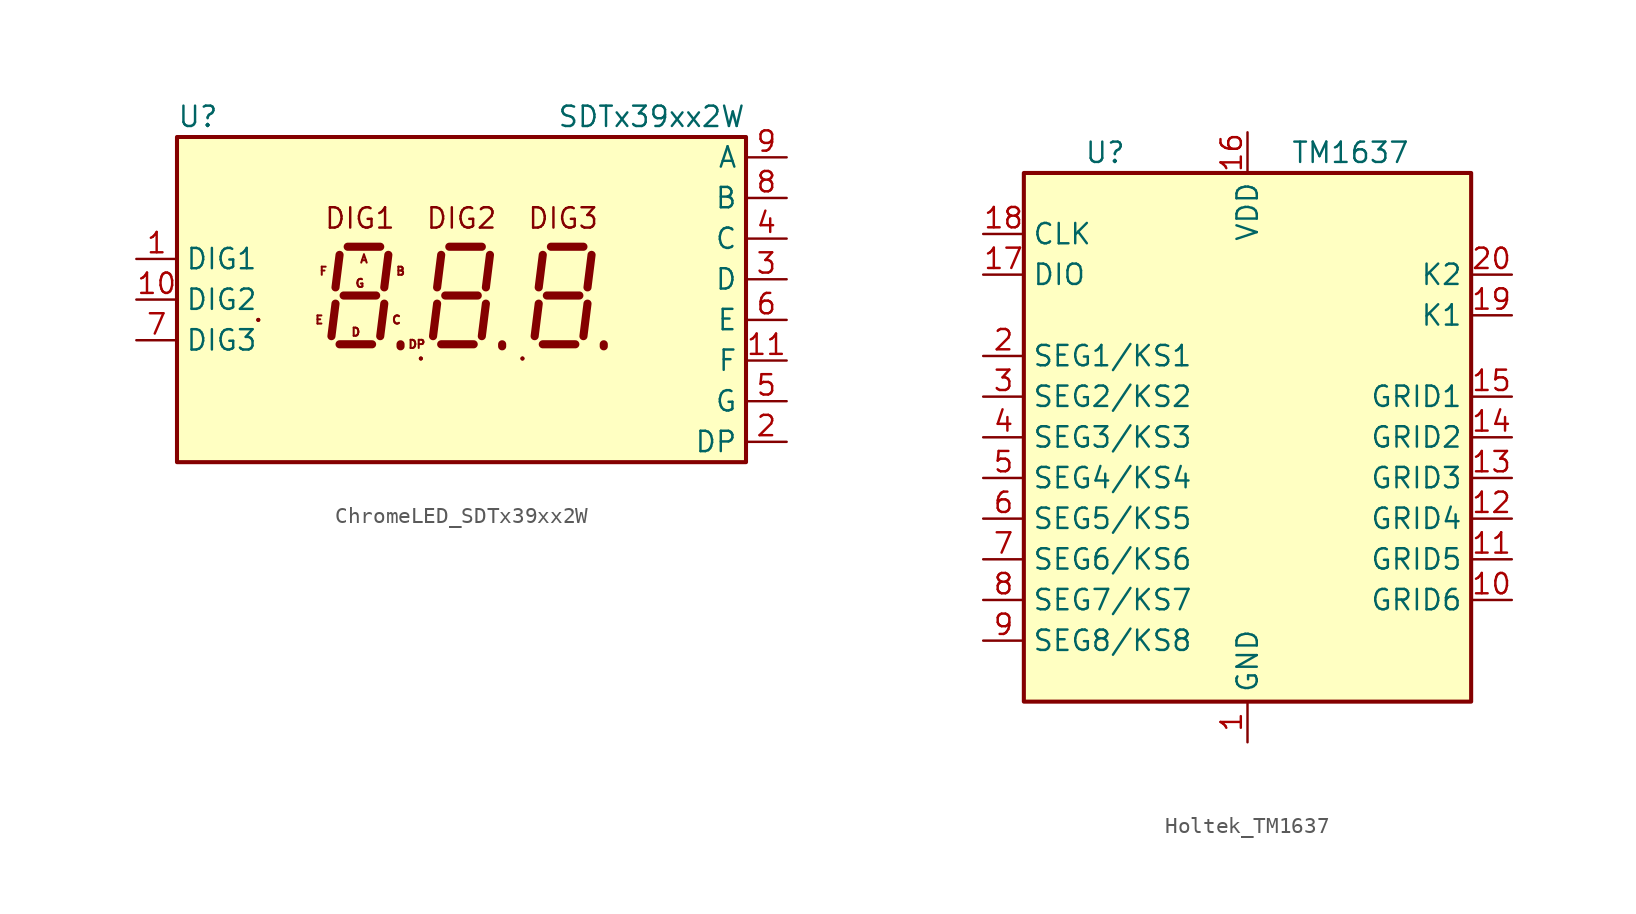
<source format=kicad_sym>
(kicad_symbol_lib
  (version 20220914)
  (generator kicad_symbol_editor)
  (symbol "ChromeLED_SDTx39xx2W"
    (property "Reference" "U"
      (at -17.78 11.43 0)
      (effects (font (size 1.27 1.27)) (justify left)))
    (property "Value" "SDTx39xx2W"
      (at 17.78 11.43 0)
      (effects (font (size 1.27 1.27)) (justify right)))
    (symbol "ChromeLED_SDTx39xx2W_0_1"
      (rectangle (start -17.78 10.16) (end 17.78 -10.16) (stroke (width 0.254) (type default)) (fill (type background)))
      (rectangle (start -12.7 -1.27) (end -12.7 -1.27) (stroke (width 0.254) (type default)) (fill (type none)))
      (rectangle (start -2.54 -3.683) (end -2.54 -3.683) (stroke (width 0.254) (type default)) (fill (type none)))
      (polyline (pts (xy -12.7 -1.27) (xy -12.7 -1.27)) (stroke (width 0.254) (type default)) (fill (type none)))
      (polyline (pts (xy -2.54 -3.683) (xy -2.54 -3.683)) (stroke (width 0.254) (type default)) (fill (type none)))
      (polyline (pts (xy 3.81 -3.683) (xy 3.81 -3.683)) (stroke (width 0.254) (type default)) (fill (type none)))
      (rectangle (start 3.81 -3.683) (end 3.81 -3.683) (stroke (width 0.254) (type default)) (fill (type none))))
    (symbol "ChromeLED_SDTx39xx2W_1_0"
      (text "A" (at -6.096 2.54 0) (effects (font (size 0.508 0.508))))
      (text "B" (at -3.81 1.778 0) (effects (font (size 0.508 0.508))))
      (text "C" (at -4.064 -1.27 0) (effects (font (size 0.508 0.508))))
      (text "D" (at -6.604 -2.032 0) (effects (font (size 0.508 0.508))))
      (text "DIG1" (at -6.35 5.08 0) (effects (font (size 1.27 1.27))))
      (text "DIG2" (at 0 5.08 0) (effects (font (size 1.27 1.27))))
      (text "DIG3" (at 6.35 5.08 0) (effects (font (size 1.27 1.27))))
      (text "DP" (at -2.794 -2.794 0) (effects (font (size 0.508 0.508))))
      (text "E" (at -8.89 -1.27 0) (effects (font (size 0.508 0.508))))
      (text "F" (at -8.636 1.778 0) (effects (font (size 0.508 0.508))))
      (text "G" (at -6.35 1.016 0) (effects (font (size 0.508 0.508)))))
    (symbol "ChromeLED_SDTx39xx2W_1_1"
      (polyline (pts (xy -7.874 -0.254) (xy -8.128 -2.286)) (stroke (width 0.508) (type default)) (fill (type none)))
      (polyline (pts (xy -7.62 -2.794) (xy -5.588 -2.794)) (stroke (width 0.508) (type default)) (fill (type none)))
      (polyline (pts (xy -7.62 2.794) (xy -7.874 0.762)) (stroke (width 0.508) (type default)) (fill (type none)))
      (polyline (pts (xy -7.366 0.254) (xy -5.334 0.254)) (stroke (width 0.508) (type default)) (fill (type none)))
      (polyline (pts (xy -7.112 3.302) (xy -5.08 3.302)) (stroke (width 0.508) (type default)) (fill (type none)))
      (polyline (pts (xy -4.826 -0.254) (xy -5.08 -2.286)) (stroke (width 0.508) (type default)) (fill (type none)))
      (polyline (pts (xy -4.572 2.794) (xy -4.826 0.762)) (stroke (width 0.508) (type default)) (fill (type none)))
      (polyline (pts (xy -3.81 -2.921) (xy -3.81 -2.794)) (stroke (width 0.508) (type default)) (fill (type none)))
      (polyline (pts (xy -1.524 -0.254) (xy -1.778 -2.286)) (stroke (width 0.508) (type default)) (fill (type none)))
      (polyline (pts (xy -1.27 -2.794) (xy 0.762 -2.794)) (stroke (width 0.508) (type default)) (fill (type none)))
      (polyline (pts (xy -1.27 2.794) (xy -1.524 0.762)) (stroke (width 0.508) (type default)) (fill (type none)))
      (polyline (pts (xy -1.016 0.254) (xy 1.016 0.254)) (stroke (width 0.508) (type default)) (fill (type none)))
      (polyline (pts (xy -0.762 3.302) (xy 1.27 3.302)) (stroke (width 0.508) (type default)) (fill (type none)))
      (polyline (pts (xy 1.524 -0.254) (xy 1.27 -2.286)) (stroke (width 0.508) (type default)) (fill (type none)))
      (polyline (pts (xy 1.778 2.794) (xy 1.524 0.762)) (stroke (width 0.508) (type default)) (fill (type none)))
      (polyline (pts (xy 2.54 -2.921) (xy 2.54 -2.794)) (stroke (width 0.508) (type default)) (fill (type none)))
      (polyline (pts (xy 4.826 -0.254) (xy 4.572 -2.286)) (stroke (width 0.508) (type default)) (fill (type none)))
      (polyline (pts (xy 5.08 -2.794) (xy 7.112 -2.794)) (stroke (width 0.508) (type default)) (fill (type none)))
      (polyline (pts (xy 5.08 2.794) (xy 4.826 0.762)) (stroke (width 0.508) (type default)) (fill (type none)))
      (polyline (pts (xy 5.334 0.254) (xy 7.366 0.254)) (stroke (width 0.508) (type default)) (fill (type none)))
      (polyline (pts (xy 5.588 3.302) (xy 7.62 3.302)) (stroke (width 0.508) (type default)) (fill (type none)))
      (polyline (pts (xy 7.874 -0.254) (xy 7.62 -2.286)) (stroke (width 0.508) (type default)) (fill (type none)))
      (polyline (pts (xy 8.128 2.794) (xy 7.874 0.762)) (stroke (width 0.508) (type default)) (fill (type none)))
      (polyline (pts (xy 8.89 -2.921) (xy 8.89 -2.794)) (stroke (width 0.508) (type default)) (fill (type none)))
      (pin input line (at -20.32 2.54 0) (length 2.54) (name "DIG1" (effects (font (size 1.27 1.27)))) (number "1" (effects (font (size 1.27 1.27)))))
      (pin input line (at -20.32 0 0) (length 2.54) (name "DIG2" (effects (font (size 1.27 1.27)))) (number "10" (effects (font (size 1.27 1.27)))))
      (pin input line (at 20.32 -3.81 180) (length 2.54) (name "F" (effects (font (size 1.27 1.27)))) (number "11" (effects (font (size 1.27 1.27)))))
      (pin input line (at 20.32 -8.89 180) (length 2.54) (name "DP" (effects (font (size 1.27 1.27)))) (number "2" (effects (font (size 1.27 1.27)))))
      (pin input line (at 20.32 1.27 180) (length 2.54) (name "D" (effects (font (size 1.27 1.27)))) (number "3" (effects (font (size 1.27 1.27)))))
      (pin input line (at 20.32 3.81 180) (length 2.54) (name "C" (effects (font (size 1.27 1.27)))) (number "4" (effects (font (size 1.27 1.27)))))
      (pin input line (at 20.32 -6.35 180) (length 2.54) (name "G" (effects (font (size 1.27 1.27)))) (number "5" (effects (font (size 1.27 1.27)))))
      (pin input line (at 20.32 -1.27 180) (length 2.54) (name "E" (effects (font (size 1.27 1.27)))) (number "6" (effects (font (size 1.27 1.27)))))
      (pin input line (at -20.32 -2.54 0) (length 2.54) (name "DIG3" (effects (font (size 1.27 1.27)))) (number "7" (effects (font (size 1.27 1.27)))))
      (pin input line (at 20.32 6.35 180) (length 2.54) (name "B" (effects (font (size 1.27 1.27)))) (number "8" (effects (font (size 1.27 1.27)))))
      (pin input line (at 20.32 8.89 180) (length 2.54) (name "A" (effects (font (size 1.27 1.27)))) (number "9" (effects (font (size 1.27 1.27)))))))
  (symbol "Holtek_TM1637"
    (property "Reference" "U"
      (at -8.89 17.78 0)
      (effects (font (size 1.27 1.27))))
    (property "Value" "TM1637"
      (at 10.16 17.78 0)
      (effects (font (size 1.27 1.27)) (justify right)))
    (symbol "Holtek_TM1637_0_1"
      (rectangle (start -13.97 16.51) (end 13.97 -16.51) (stroke (width 0.254) (type default)) (fill (type background))))
    (symbol "Holtek_TM1637_1_1"
      (pin power_in line (at 0 -19.05 90) (length 2.54) (name "GND" (effects (font (size 1.27 1.27)))) (number "1" (effects (font (size 1.27 1.27)))))
      (pin output line (at 16.51 -10.16 180) (length 2.54) (name "GRID6" (effects (font (size 1.27 1.27)))) (number "10" (effects (font (size 1.27 1.27)))))
      (pin output line (at 16.51 -7.62 180) (length 2.54) (name "GRID5" (effects (font (size 1.27 1.27)))) (number "11" (effects (font (size 1.27 1.27)))))
      (pin output line (at 16.51 -5.08 180) (length 2.54) (name "GRID4" (effects (font (size 1.27 1.27)))) (number "12" (effects (font (size 1.27 1.27)))))
      (pin output line (at 16.51 -2.54 180) (length 2.54) (name "GRID3" (effects (font (size 1.27 1.27)))) (number "13" (effects (font (size 1.27 1.27)))))
      (pin output line (at 16.51 0 180) (length 2.54) (name "GRID2" (effects (font (size 1.27 1.27)))) (number "14" (effects (font (size 1.27 1.27)))))
      (pin output line (at 16.51 2.54 180) (length 2.54) (name "GRID1" (effects (font (size 1.27 1.27)))) (number "15" (effects (font (size 1.27 1.27)))))
      (pin power_in line (at 0 19.05 270) (length 2.54) (name "VDD" (effects (font (size 1.27 1.27)))) (number "16" (effects (font (size 1.27 1.27)))))
      (pin bidirectional line (at -16.51 10.16 0) (length 2.54) (name "DIO" (effects (font (size 1.27 1.27)))) (number "17" (effects (font (size 1.27 1.27)))))
      (pin input line (at -16.51 12.7 0) (length 2.54) (name "CLK" (effects (font (size 1.27 1.27)))) (number "18" (effects (font (size 1.27 1.27)))))
      (pin input line (at 16.51 7.62 180) (length 2.54) (name "K1" (effects (font (size 1.27 1.27)))) (number "19" (effects (font (size 1.27 1.27)))))
      (pin output line (at -16.51 5.08 0) (length 2.54) (name "SEG1/KS1" (effects (font (size 1.27 1.27)))) (number "2" (effects (font (size 1.27 1.27)))))
      (pin input line (at 16.51 10.16 180) (length 2.54) (name "K2" (effects (font (size 1.27 1.27)))) (number "20" (effects (font (size 1.27 1.27)))))
      (pin output line (at -16.51 2.54 0) (length 2.54) (name "SEG2/KS2" (effects (font (size 1.27 1.27)))) (number "3" (effects (font (size 1.27 1.27)))))
      (pin output line (at -16.51 0 0) (length 2.54) (name "SEG3/KS3" (effects (font (size 1.27 1.27)))) (number "4" (effects (font (size 1.27 1.27)))))
      (pin output line (at -16.51 -2.54 0) (length 2.54) (name "SEG4/KS4" (effects (font (size 1.27 1.27)))) (number "5" (effects (font (size 1.27 1.27)))))
      (pin output line (at -16.51 -5.08 0) (length 2.54) (name "SEG5/KS5" (effects (font (size 1.27 1.27)))) (number "6" (effects (font (size 1.27 1.27)))))
      (pin output line (at -16.51 -7.62 0) (length 2.54) (name "SEG6/KS6" (effects (font (size 1.27 1.27)))) (number "7" (effects (font (size 1.27 1.27)))))
      (pin output line (at -16.51 -10.16 0) (length 2.54) (name "SEG7/KS7" (effects (font (size 1.27 1.27)))) (number "8" (effects (font (size 1.27 1.27)))))
      (pin output line (at -16.51 -12.7 0) (length 2.54) (name "SEG8/KS8" (effects (font (size 1.27 1.27)))) (number "9" (effects (font (size 1.27 1.27))))))))
</source>
